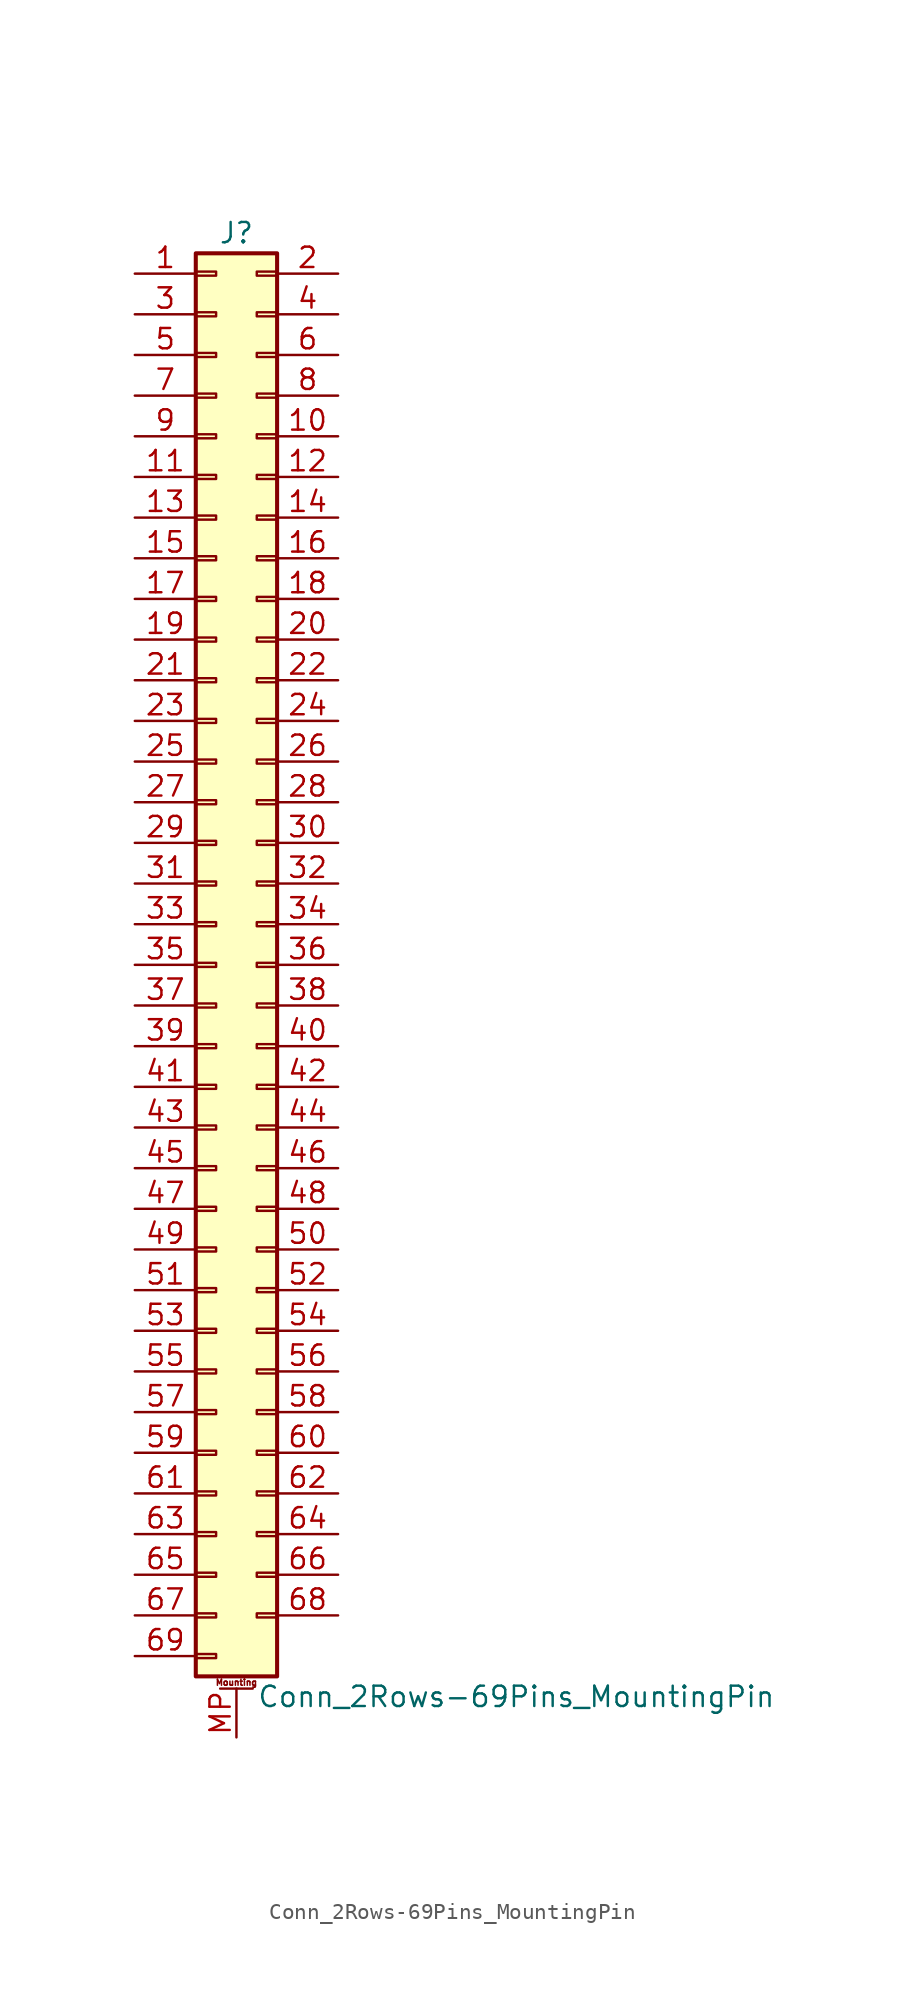
<source format=kicad_sym>
(kicad_symbol_lib
  (version 20201005)
  (generator kicad_symbol_editor)
  (symbol "Conn_2Rows-69Pins_MountingPin"
    (pin_names
      (offset 1.016) hide)
    (property "Reference" "J"
      (at 1.27 45.72 0)
      (effects (font (size 1.27 1.27))))
    (property "Value" "Conn_2Rows-69Pins_MountingPin"
      (at 2.54 -45.72 0)
      (effects (font (size 1.27 1.27)) (justify left)))
    (symbol "Conn_2Rows-69Pins_MountingPin_1_1"
      (text "Mounting" (at 1.27 -44.831 0) (effects (font (size 0.381 0.381))))
      (rectangle (start -1.27 -43.053) (end 0 -43.307) (stroke (width 0.152)) (fill (type none)))
      (rectangle (start -1.27 -40.513) (end 0 -40.767) (stroke (width 0.152)) (fill (type none)))
      (rectangle (start -1.27 -37.973) (end 0 -38.227) (stroke (width 0.152)) (fill (type none)))
      (rectangle (start -1.27 -35.433) (end 0 -35.687) (stroke (width 0.152)) (fill (type none)))
      (rectangle (start -1.27 -32.893) (end 0 -33.147) (stroke (width 0.152)) (fill (type none)))
      (rectangle (start -1.27 -30.353) (end 0 -30.607) (stroke (width 0.152)) (fill (type none)))
      (rectangle (start -1.27 -27.813) (end 0 -28.067) (stroke (width 0.152)) (fill (type none)))
      (rectangle (start -1.27 -25.273) (end 0 -25.527) (stroke (width 0.152)) (fill (type none)))
      (rectangle (start -1.27 -22.733) (end 0 -22.987) (stroke (width 0.152)) (fill (type none)))
      (rectangle (start -1.27 -20.193) (end 0 -20.447) (stroke (width 0.152)) (fill (type none)))
      (rectangle (start -1.27 -17.653) (end 0 -17.907) (stroke (width 0.152)) (fill (type none)))
      (rectangle (start -1.27 -15.113) (end 0 -15.367) (stroke (width 0.152)) (fill (type none)))
      (rectangle (start -1.27 -12.573) (end 0 -12.827) (stroke (width 0.152)) (fill (type none)))
      (rectangle (start -1.27 -10.033) (end 0 -10.287) (stroke (width 0.152)) (fill (type none)))
      (rectangle (start -1.27 -7.493) (end 0 -7.747) (stroke (width 0.152)) (fill (type none)))
      (rectangle (start -1.27 -4.953) (end 0 -5.207) (stroke (width 0.152)) (fill (type none)))
      (rectangle (start -1.27 -2.413) (end 0 -2.667) (stroke (width 0.152)) (fill (type none)))
      (rectangle (start -1.27 0.127) (end 0 -0.127) (stroke (width 0.152)) (fill (type none)))
      (rectangle (start -1.27 2.667) (end 0 2.413) (stroke (width 0.152)) (fill (type none)))
      (rectangle (start -1.27 5.207) (end 0 4.953) (stroke (width 0.152)) (fill (type none)))
      (rectangle (start -1.27 7.747) (end 0 7.493) (stroke (width 0.152)) (fill (type none)))
      (rectangle (start -1.27 10.287) (end 0 10.033) (stroke (width 0.152)) (fill (type none)))
      (rectangle (start -1.27 12.827) (end 0 12.573) (stroke (width 0.152)) (fill (type none)))
      (rectangle (start -1.27 15.367) (end 0 15.113) (stroke (width 0.152)) (fill (type none)))
      (rectangle (start -1.27 17.907) (end 0 17.653) (stroke (width 0.152)) (fill (type none)))
      (rectangle (start -1.27 20.447) (end 0 20.193) (stroke (width 0.152)) (fill (type none)))
      (rectangle (start -1.27 22.987) (end 0 22.733) (stroke (width 0.152)) (fill (type none)))
      (rectangle (start -1.27 25.527) (end 0 25.273) (stroke (width 0.152)) (fill (type none)))
      (rectangle (start -1.27 28.067) (end 0 27.813) (stroke (width 0.152)) (fill (type none)))
      (rectangle (start -1.27 30.607) (end 0 30.353) (stroke (width 0.152)) (fill (type none)))
      (rectangle (start -1.27 33.147) (end 0 32.893) (stroke (width 0.152)) (fill (type none)))
      (rectangle (start -1.27 35.687) (end 0 35.433) (stroke (width 0.152)) (fill (type none)))
      (rectangle (start -1.27 38.227) (end 0 37.973) (stroke (width 0.152)) (fill (type none)))
      (rectangle (start -1.27 40.767) (end 0 40.513) (stroke (width 0.152)) (fill (type none)))
      (rectangle (start -1.27 43.307) (end 0 43.053) (stroke (width 0.152)) (fill (type none)))
      (rectangle (start 3.81 -40.513) (end 2.54 -40.767) (stroke (width 0.152)) (fill (type none)))
      (rectangle (start 3.81 -37.973) (end 2.54 -38.227) (stroke (width 0.152)) (fill (type none)))
      (rectangle (start 3.81 -35.433) (end 2.54 -35.687) (stroke (width 0.152)) (fill (type none)))
      (rectangle (start 3.81 -32.893) (end 2.54 -33.147) (stroke (width 0.152)) (fill (type none)))
      (rectangle (start 3.81 -30.353) (end 2.54 -30.607) (stroke (width 0.152)) (fill (type none)))
      (rectangle (start 3.81 -27.813) (end 2.54 -28.067) (stroke (width 0.152)) (fill (type none)))
      (rectangle (start 3.81 -25.273) (end 2.54 -25.527) (stroke (width 0.152)) (fill (type none)))
      (rectangle (start 3.81 -22.733) (end 2.54 -22.987) (stroke (width 0.152)) (fill (type none)))
      (rectangle (start 3.81 -20.193) (end 2.54 -20.447) (stroke (width 0.152)) (fill (type none)))
      (rectangle (start 3.81 -17.653) (end 2.54 -17.907) (stroke (width 0.152)) (fill (type none)))
      (rectangle (start 3.81 -15.113) (end 2.54 -15.367) (stroke (width 0.152)) (fill (type none)))
      (rectangle (start 3.81 -12.573) (end 2.54 -12.827) (stroke (width 0.152)) (fill (type none)))
      (rectangle (start 3.81 -10.033) (end 2.54 -10.287) (stroke (width 0.152)) (fill (type none)))
      (rectangle (start 3.81 -7.493) (end 2.54 -7.747) (stroke (width 0.152)) (fill (type none)))
      (rectangle (start 3.81 -4.953) (end 2.54 -5.207) (stroke (width 0.152)) (fill (type none)))
      (rectangle (start 3.81 -2.413) (end 2.54 -2.667) (stroke (width 0.152)) (fill (type none)))
      (rectangle (start 3.81 0.127) (end 2.54 -0.127) (stroke (width 0.152)) (fill (type none)))
      (rectangle (start 3.81 2.667) (end 2.54 2.413) (stroke (width 0.152)) (fill (type none)))
      (rectangle (start 3.81 5.207) (end 2.54 4.953) (stroke (width 0.152)) (fill (type none)))
      (rectangle (start 3.81 7.747) (end 2.54 7.493) (stroke (width 0.152)) (fill (type none)))
      (rectangle (start 3.81 10.287) (end 2.54 10.033) (stroke (width 0.152)) (fill (type none)))
      (rectangle (start 3.81 12.827) (end 2.54 12.573) (stroke (width 0.152)) (fill (type none)))
      (rectangle (start 3.81 15.367) (end 2.54 15.113) (stroke (width 0.152)) (fill (type none)))
      (rectangle (start 3.81 17.907) (end 2.54 17.653) (stroke (width 0.152)) (fill (type none)))
      (rectangle (start 3.81 20.447) (end 2.54 20.193) (stroke (width 0.152)) (fill (type none)))
      (rectangle (start 3.81 22.987) (end 2.54 22.733) (stroke (width 0.152)) (fill (type none)))
      (rectangle (start 3.81 25.527) (end 2.54 25.273) (stroke (width 0.152)) (fill (type none)))
      (rectangle (start 3.81 28.067) (end 2.54 27.813) (stroke (width 0.152)) (fill (type none)))
      (rectangle (start 3.81 30.607) (end 2.54 30.353) (stroke (width 0.152)) (fill (type none)))
      (rectangle (start 3.81 33.147) (end 2.54 32.893) (stroke (width 0.152)) (fill (type none)))
      (rectangle (start 3.81 35.687) (end 2.54 35.433) (stroke (width 0.152)) (fill (type none)))
      (rectangle (start 3.81 38.227) (end 2.54 37.973) (stroke (width 0.152)) (fill (type none)))
      (rectangle (start 3.81 40.767) (end 2.54 40.513) (stroke (width 0.152)) (fill (type none)))
      (rectangle (start 3.81 43.307) (end 2.54 43.053) (stroke (width 0.152)) (fill (type none)))
      (rectangle (start -1.27 44.45) (end 3.81 -44.45) (stroke (width 0.254)) (fill (type background)))
      (polyline (pts (xy 0.254 -45.212) (xy 2.286 -45.212)) (stroke (width 0.152)) (fill (type none)))
      (pin passive line (at -5.08 43.18 0) (length 3.81) (name "Pin_1" (effects (font (size 1.27 1.27)))) (number "1" (effects (font (size 1.27 1.27)))))
      (pin passive line (at 7.62 33.02 180) (length 3.81) (name "Pin_10" (effects (font (size 1.27 1.27)))) (number "10" (effects (font (size 1.27 1.27)))))
      (pin passive line (at -5.08 30.48 0) (length 3.81) (name "Pin_11" (effects (font (size 1.27 1.27)))) (number "11" (effects (font (size 1.27 1.27)))))
      (pin passive line (at 7.62 30.48 180) (length 3.81) (name "Pin_12" (effects (font (size 1.27 1.27)))) (number "12" (effects (font (size 1.27 1.27)))))
      (pin passive line (at -5.08 27.94 0) (length 3.81) (name "Pin_13" (effects (font (size 1.27 1.27)))) (number "13" (effects (font (size 1.27 1.27)))))
      (pin passive line (at 7.62 27.94 180) (length 3.81) (name "Pin_14" (effects (font (size 1.27 1.27)))) (number "14" (effects (font (size 1.27 1.27)))))
      (pin passive line (at -5.08 25.4 0) (length 3.81) (name "Pin_15" (effects (font (size 1.27 1.27)))) (number "15" (effects (font (size 1.27 1.27)))))
      (pin passive line (at 7.62 25.4 180) (length 3.81) (name "Pin_16" (effects (font (size 1.27 1.27)))) (number "16" (effects (font (size 1.27 1.27)))))
      (pin passive line (at -5.08 22.86 0) (length 3.81) (name "Pin_17" (effects (font (size 1.27 1.27)))) (number "17" (effects (font (size 1.27 1.27)))))
      (pin passive line (at 7.62 22.86 180) (length 3.81) (name "Pin_18" (effects (font (size 1.27 1.27)))) (number "18" (effects (font (size 1.27 1.27)))))
      (pin passive line (at -5.08 20.32 0) (length 3.81) (name "Pin_19" (effects (font (size 1.27 1.27)))) (number "19" (effects (font (size 1.27 1.27)))))
      (pin passive line (at 7.62 43.18 180) (length 3.81) (name "Pin_2" (effects (font (size 1.27 1.27)))) (number "2" (effects (font (size 1.27 1.27)))))
      (pin passive line (at 7.62 20.32 180) (length 3.81) (name "Pin_20" (effects (font (size 1.27 1.27)))) (number "20" (effects (font (size 1.27 1.27)))))
      (pin passive line (at -5.08 17.78 0) (length 3.81) (name "Pin_21" (effects (font (size 1.27 1.27)))) (number "21" (effects (font (size 1.27 1.27)))))
      (pin passive line (at 7.62 17.78 180) (length 3.81) (name "Pin_22" (effects (font (size 1.27 1.27)))) (number "22" (effects (font (size 1.27 1.27)))))
      (pin passive line (at -5.08 15.24 0) (length 3.81) (name "Pin_23" (effects (font (size 1.27 1.27)))) (number "23" (effects (font (size 1.27 1.27)))))
      (pin passive line (at 7.62 15.24 180) (length 3.81) (name "Pin_24" (effects (font (size 1.27 1.27)))) (number "24" (effects (font (size 1.27 1.27)))))
      (pin passive line (at -5.08 12.7 0) (length 3.81) (name "Pin_25" (effects (font (size 1.27 1.27)))) (number "25" (effects (font (size 1.27 1.27)))))
      (pin passive line (at 7.62 12.7 180) (length 3.81) (name "Pin_26" (effects (font (size 1.27 1.27)))) (number "26" (effects (font (size 1.27 1.27)))))
      (pin passive line (at -5.08 10.16 0) (length 3.81) (name "Pin_27" (effects (font (size 1.27 1.27)))) (number "27" (effects (font (size 1.27 1.27)))))
      (pin passive line (at 7.62 10.16 180) (length 3.81) (name "Pin_28" (effects (font (size 1.27 1.27)))) (number "28" (effects (font (size 1.27 1.27)))))
      (pin passive line (at -5.08 7.62 0) (length 3.81) (name "Pin_29" (effects (font (size 1.27 1.27)))) (number "29" (effects (font (size 1.27 1.27)))))
      (pin passive line (at -5.08 40.64 0) (length 3.81) (name "Pin_3" (effects (font (size 1.27 1.27)))) (number "3" (effects (font (size 1.27 1.27)))))
      (pin passive line (at 7.62 7.62 180) (length 3.81) (name "Pin_30" (effects (font (size 1.27 1.27)))) (number "30" (effects (font (size 1.27 1.27)))))
      (pin passive line (at -5.08 5.08 0) (length 3.81) (name "Pin_31" (effects (font (size 1.27 1.27)))) (number "31" (effects (font (size 1.27 1.27)))))
      (pin passive line (at 7.62 5.08 180) (length 3.81) (name "Pin_32" (effects (font (size 1.27 1.27)))) (number "32" (effects (font (size 1.27 1.27)))))
      (pin passive line (at -5.08 2.54 0) (length 3.81) (name "Pin_33" (effects (font (size 1.27 1.27)))) (number "33" (effects (font (size 1.27 1.27)))))
      (pin passive line (at 7.62 2.54 180) (length 3.81) (name "Pin_34" (effects (font (size 1.27 1.27)))) (number "34" (effects (font (size 1.27 1.27)))))
      (pin passive line (at -5.08 0 0) (length 3.81) (name "Pin_35" (effects (font (size 1.27 1.27)))) (number "35" (effects (font (size 1.27 1.27)))))
      (pin passive line (at 7.62 0 180) (length 3.81) (name "Pin_36" (effects (font (size 1.27 1.27)))) (number "36" (effects (font (size 1.27 1.27)))))
      (pin passive line (at -5.08 -2.54 0) (length 3.81) (name "Pin_37" (effects (font (size 1.27 1.27)))) (number "37" (effects (font (size 1.27 1.27)))))
      (pin passive line (at 7.62 -2.54 180) (length 3.81) (name "Pin_38" (effects (font (size 1.27 1.27)))) (number "38" (effects (font (size 1.27 1.27)))))
      (pin passive line (at -5.08 -5.08 0) (length 3.81) (name "Pin_39" (effects (font (size 1.27 1.27)))) (number "39" (effects (font (size 1.27 1.27)))))
      (pin passive line (at 7.62 40.64 180) (length 3.81) (name "Pin_4" (effects (font (size 1.27 1.27)))) (number "4" (effects (font (size 1.27 1.27)))))
      (pin passive line (at 7.62 -5.08 180) (length 3.81) (name "Pin_40" (effects (font (size 1.27 1.27)))) (number "40" (effects (font (size 1.27 1.27)))))
      (pin passive line (at -5.08 -7.62 0) (length 3.81) (name "Pin_41" (effects (font (size 1.27 1.27)))) (number "41" (effects (font (size 1.27 1.27)))))
      (pin passive line (at 7.62 -7.62 180) (length 3.81) (name "Pin_42" (effects (font (size 1.27 1.27)))) (number "42" (effects (font (size 1.27 1.27)))))
      (pin passive line (at -5.08 -10.16 0) (length 3.81) (name "Pin_43" (effects (font (size 1.27 1.27)))) (number "43" (effects (font (size 1.27 1.27)))))
      (pin passive line (at 7.62 -10.16 180) (length 3.81) (name "Pin_44" (effects (font (size 1.27 1.27)))) (number "44" (effects (font (size 1.27 1.27)))))
      (pin passive line (at -5.08 -12.7 0) (length 3.81) (name "Pin_45" (effects (font (size 1.27 1.27)))) (number "45" (effects (font (size 1.27 1.27)))))
      (pin passive line (at 7.62 -12.7 180) (length 3.81) (name "Pin_46" (effects (font (size 1.27 1.27)))) (number "46" (effects (font (size 1.27 1.27)))))
      (pin passive line (at -5.08 -15.24 0) (length 3.81) (name "Pin_47" (effects (font (size 1.27 1.27)))) (number "47" (effects (font (size 1.27 1.27)))))
      (pin passive line (at 7.62 -15.24 180) (length 3.81) (name "Pin_48" (effects (font (size 1.27 1.27)))) (number "48" (effects (font (size 1.27 1.27)))))
      (pin passive line (at -5.08 -17.78 0) (length 3.81) (name "Pin_49" (effects (font (size 1.27 1.27)))) (number "49" (effects (font (size 1.27 1.27)))))
      (pin passive line (at -5.08 38.1 0) (length 3.81) (name "Pin_5" (effects (font (size 1.27 1.27)))) (number "5" (effects (font (size 1.27 1.27)))))
      (pin passive line (at 7.62 -17.78 180) (length 3.81) (name "Pin_50" (effects (font (size 1.27 1.27)))) (number "50" (effects (font (size 1.27 1.27)))))
      (pin passive line (at -5.08 -20.32 0) (length 3.81) (name "Pin_51" (effects (font (size 1.27 1.27)))) (number "51" (effects (font (size 1.27 1.27)))))
      (pin passive line (at 7.62 -20.32 180) (length 3.81) (name "Pin_52" (effects (font (size 1.27 1.27)))) (number "52" (effects (font (size 1.27 1.27)))))
      (pin passive line (at -5.08 -22.86 0) (length 3.81) (name "Pin_53" (effects (font (size 1.27 1.27)))) (number "53" (effects (font (size 1.27 1.27)))))
      (pin passive line (at 7.62 -22.86 180) (length 3.81) (name "Pin_54" (effects (font (size 1.27 1.27)))) (number "54" (effects (font (size 1.27 1.27)))))
      (pin passive line (at -5.08 -25.4 0) (length 3.81) (name "Pin_55" (effects (font (size 1.27 1.27)))) (number "55" (effects (font (size 1.27 1.27)))))
      (pin passive line (at 7.62 -25.4 180) (length 3.81) (name "Pin_56" (effects (font (size 1.27 1.27)))) (number "56" (effects (font (size 1.27 1.27)))))
      (pin passive line (at -5.08 -27.94 0) (length 3.81) (name "Pin_57" (effects (font (size 1.27 1.27)))) (number "57" (effects (font (size 1.27 1.27)))))
      (pin passive line (at 7.62 -27.94 180) (length 3.81) (name "Pin_58" (effects (font (size 1.27 1.27)))) (number "58" (effects (font (size 1.27 1.27)))))
      (pin passive line (at -5.08 -30.48 0) (length 3.81) (name "Pin_59" (effects (font (size 1.27 1.27)))) (number "59" (effects (font (size 1.27 1.27)))))
      (pin passive line (at 7.62 38.1 180) (length 3.81) (name "Pin_6" (effects (font (size 1.27 1.27)))) (number "6" (effects (font (size 1.27 1.27)))))
      (pin passive line (at 7.62 -30.48 180) (length 3.81) (name "Pin_60" (effects (font (size 1.27 1.27)))) (number "60" (effects (font (size 1.27 1.27)))))
      (pin passive line (at -5.08 -33.02 0) (length 3.81) (name "Pin_61" (effects (font (size 1.27 1.27)))) (number "61" (effects (font (size 1.27 1.27)))))
      (pin passive line (at 7.62 -33.02 180) (length 3.81) (name "Pin_62" (effects (font (size 1.27 1.27)))) (number "62" (effects (font (size 1.27 1.27)))))
      (pin passive line (at -5.08 -35.56 0) (length 3.81) (name "Pin_63" (effects (font (size 1.27 1.27)))) (number "63" (effects (font (size 1.27 1.27)))))
      (pin passive line (at 7.62 -35.56 180) (length 3.81) (name "Pin_64" (effects (font (size 1.27 1.27)))) (number "64" (effects (font (size 1.27 1.27)))))
      (pin passive line (at -5.08 -38.1 0) (length 3.81) (name "Pin_65" (effects (font (size 1.27 1.27)))) (number "65" (effects (font (size 1.27 1.27)))))
      (pin passive line (at 7.62 -38.1 180) (length 3.81) (name "Pin_66" (effects (font (size 1.27 1.27)))) (number "66" (effects (font (size 1.27 1.27)))))
      (pin passive line (at -5.08 -40.64 0) (length 3.81) (name "Pin_67" (effects (font (size 1.27 1.27)))) (number "67" (effects (font (size 1.27 1.27)))))
      (pin passive line (at 7.62 -40.64 180) (length 3.81) (name "Pin_68" (effects (font (size 1.27 1.27)))) (number "68" (effects (font (size 1.27 1.27)))))
      (pin passive line (at -5.08 -43.18 0) (length 3.81) (name "Pin_69" (effects (font (size 1.27 1.27)))) (number "69" (effects (font (size 1.27 1.27)))))
      (pin passive line (at -5.08 35.56 0) (length 3.81) (name "Pin_7" (effects (font (size 1.27 1.27)))) (number "7" (effects (font (size 1.27 1.27)))))
      (pin passive line (at 7.62 35.56 180) (length 3.81) (name "Pin_8" (effects (font (size 1.27 1.27)))) (number "8" (effects (font (size 1.27 1.27)))))
      (pin passive line (at -5.08 33.02 0) (length 3.81) (name "Pin_9" (effects (font (size 1.27 1.27)))) (number "9" (effects (font (size 1.27 1.27)))))
      (pin passive line (at 1.27 -48.26 90) (length 3.048) (name "MountPin" (effects (font (size 1.27 1.27)))) (number "MP" (effects (font (size 1.27 1.27))))))))
</source>
